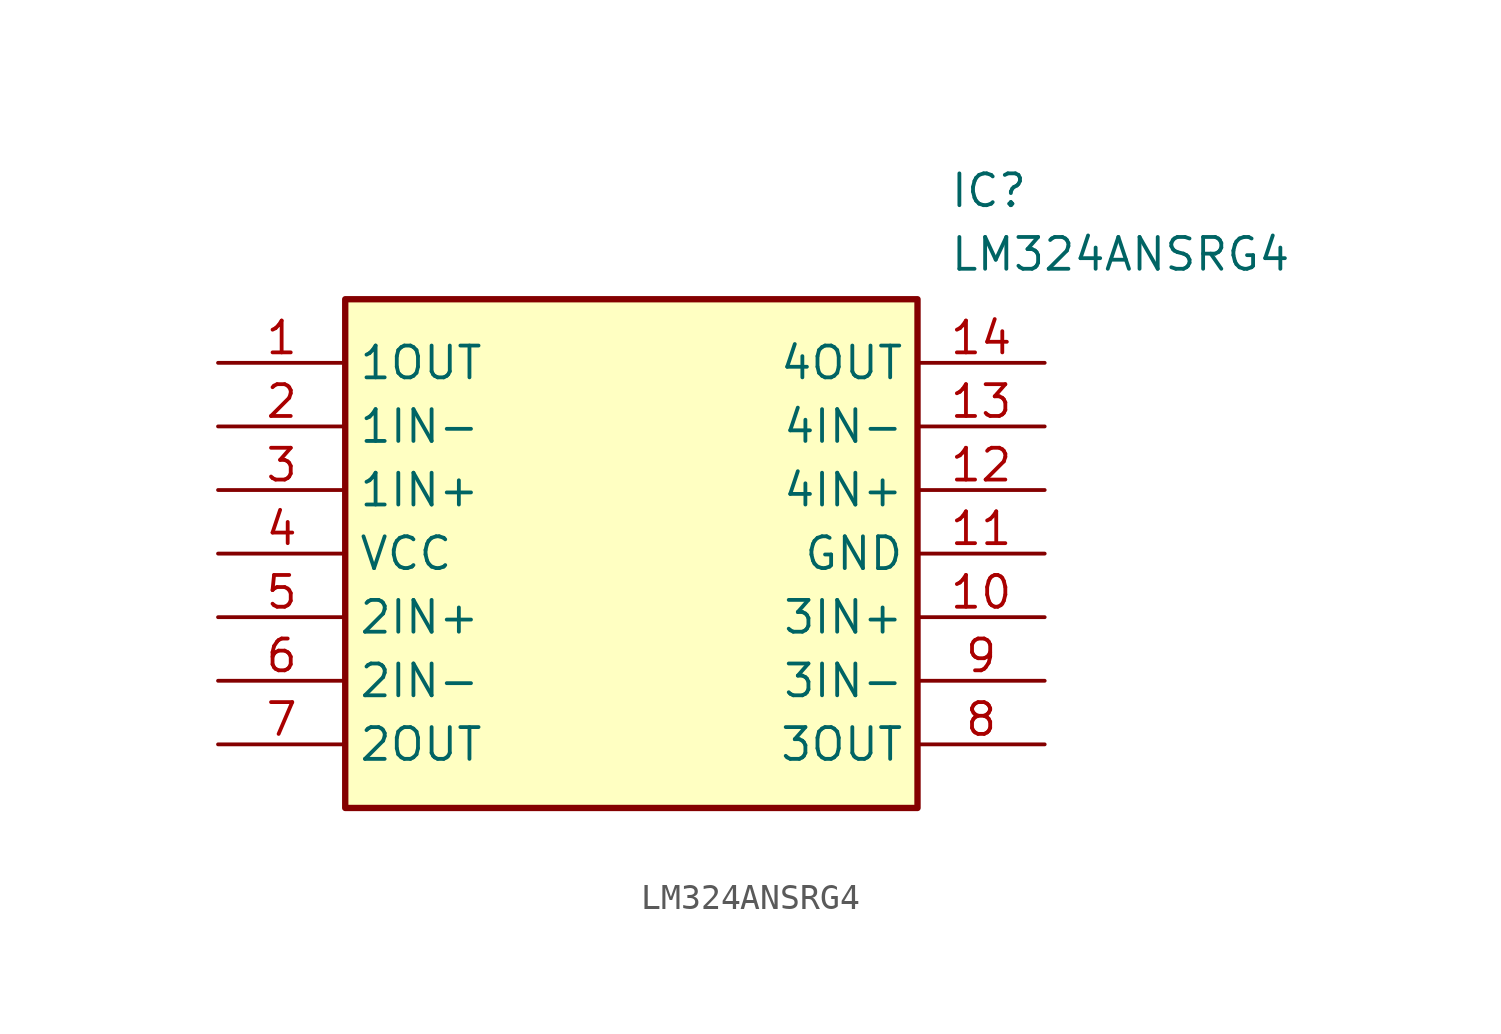
<source format=kicad_sym>
(kicad_symbol_lib
  (version 20211014)
  (generator SamacSys_ECAD_Model)
  (symbol "LM324ANSRG4"
    (property "Reference" "IC"
      (at 29.21 7.62 0)
      (effects (font (size 1.27 1.27)) (justify left top)))
    (property "Value" "LM324ANSRG4"
      (at 29.21 5.08 0)
      (effects (font (size 1.27 1.27)) (justify left top)))
    (rectangle
      (start 5.08 2.54)
      (end 27.94 -17.78)
      (stroke (width 0.254) (type default))
      (fill (type background)))
    (pin passive line
      (at 0 0 0)
      (length 5.08)
      (name "1OUT" (effects (font (size 1.27 1.27))))
      (number "1" (effects (font (size 1.27 1.27)))))
    (pin passive line
      (at 0 -2.54 0)
      (length 5.08)
      (name "1IN-" (effects (font (size 1.27 1.27))))
      (number "2" (effects (font (size 1.27 1.27)))))
    (pin passive line
      (at 0 -5.08 0)
      (length 5.08)
      (name "1IN+" (effects (font (size 1.27 1.27))))
      (number "3" (effects (font (size 1.27 1.27)))))
    (pin passive line
      (at 0 -7.62 0)
      (length 5.08)
      (name "VCC" (effects (font (size 1.27 1.27))))
      (number "4" (effects (font (size 1.27 1.27)))))
    (pin passive line
      (at 0 -10.16 0)
      (length 5.08)
      (name "2IN+" (effects (font (size 1.27 1.27))))
      (number "5" (effects (font (size 1.27 1.27)))))
    (pin passive line
      (at 0 -12.7 0)
      (length 5.08)
      (name "2IN-" (effects (font (size 1.27 1.27))))
      (number "6" (effects (font (size 1.27 1.27)))))
    (pin passive line
      (at 0 -15.24 0)
      (length 5.08)
      (name "2OUT" (effects (font (size 1.27 1.27))))
      (number "7" (effects (font (size 1.27 1.27)))))
    (pin passive line
      (at 33.02 0 180)
      (length 5.08)
      (name "4OUT" (effects (font (size 1.27 1.27))))
      (number "14" (effects (font (size 1.27 1.27)))))
    (pin passive line
      (at 33.02 -2.54 180)
      (length 5.08)
      (name "4IN-" (effects (font (size 1.27 1.27))))
      (number "13" (effects (font (size 1.27 1.27)))))
    (pin passive line
      (at 33.02 -5.08 180)
      (length 5.08)
      (name "4IN+" (effects (font (size 1.27 1.27))))
      (number "12" (effects (font (size 1.27 1.27)))))
    (pin passive line
      (at 33.02 -7.62 180)
      (length 5.08)
      (name "GND" (effects (font (size 1.27 1.27))))
      (number "11" (effects (font (size 1.27 1.27)))))
    (pin passive line
      (at 33.02 -10.16 180)
      (length 5.08)
      (name "3IN+" (effects (font (size 1.27 1.27))))
      (number "10" (effects (font (size 1.27 1.27)))))
    (pin passive line
      (at 33.02 -12.7 180)
      (length 5.08)
      (name "3IN-" (effects (font (size 1.27 1.27))))
      (number "9" (effects (font (size 1.27 1.27)))))
    (pin passive line
      (at 33.02 -15.24 180)
      (length 5.08)
      (name "3OUT" (effects (font (size 1.27 1.27))))
      (number "8" (effects (font (size 1.27 1.27)))))))
</source>
